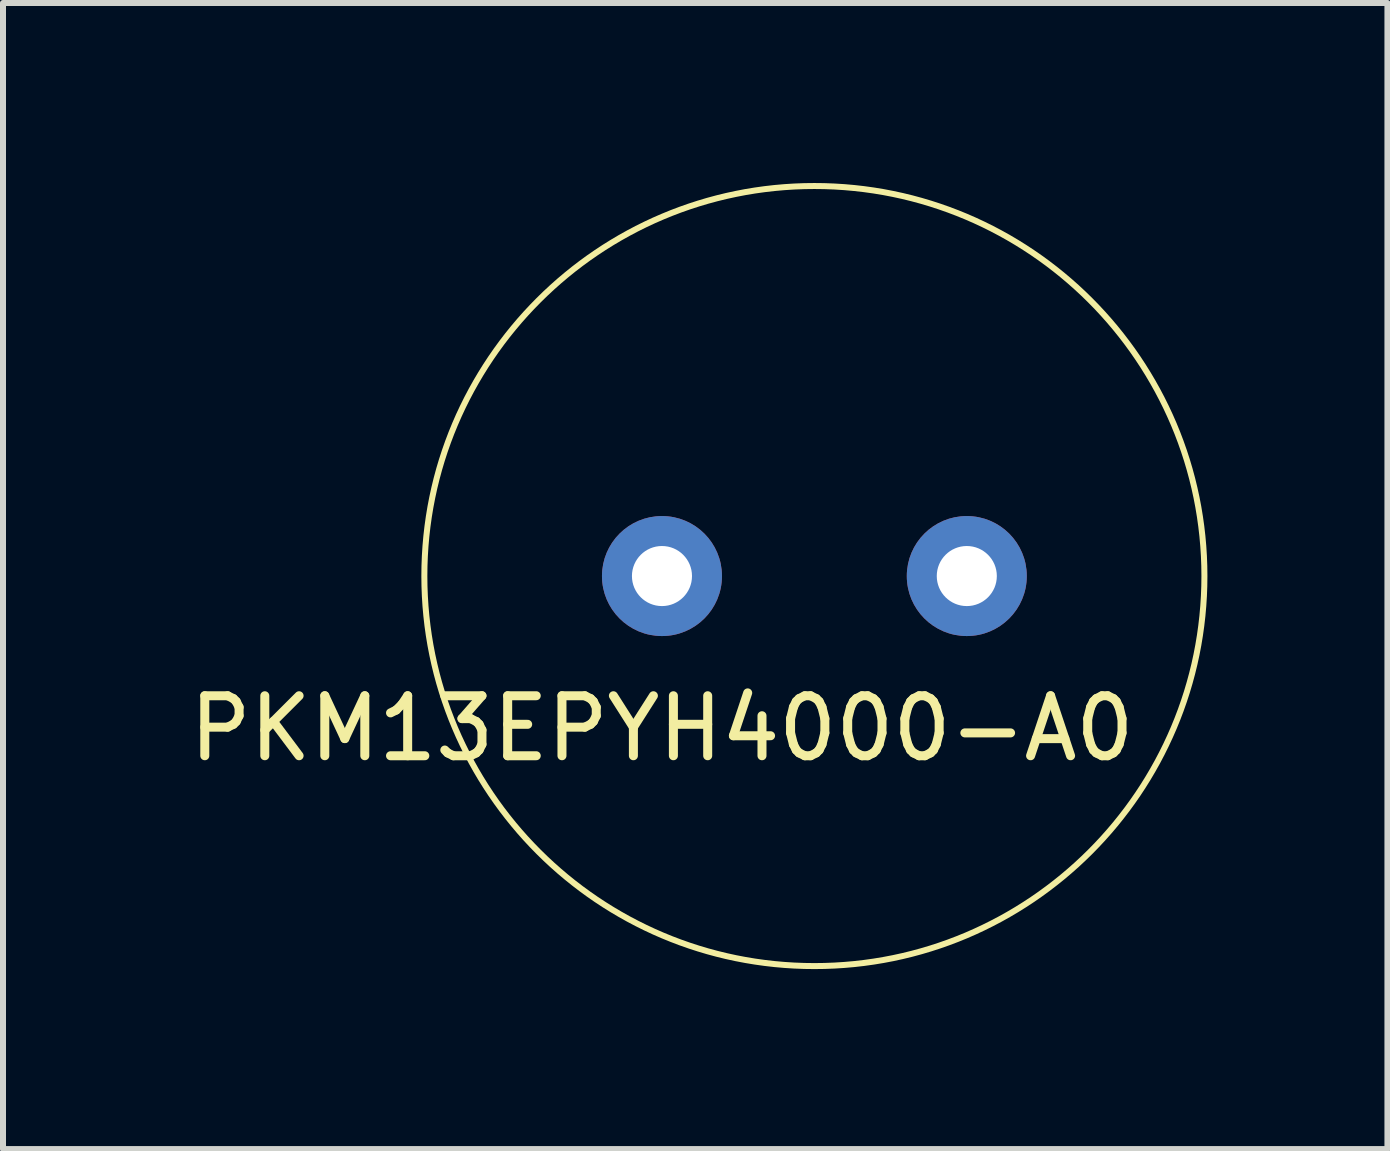
<source format=kicad_pcb>
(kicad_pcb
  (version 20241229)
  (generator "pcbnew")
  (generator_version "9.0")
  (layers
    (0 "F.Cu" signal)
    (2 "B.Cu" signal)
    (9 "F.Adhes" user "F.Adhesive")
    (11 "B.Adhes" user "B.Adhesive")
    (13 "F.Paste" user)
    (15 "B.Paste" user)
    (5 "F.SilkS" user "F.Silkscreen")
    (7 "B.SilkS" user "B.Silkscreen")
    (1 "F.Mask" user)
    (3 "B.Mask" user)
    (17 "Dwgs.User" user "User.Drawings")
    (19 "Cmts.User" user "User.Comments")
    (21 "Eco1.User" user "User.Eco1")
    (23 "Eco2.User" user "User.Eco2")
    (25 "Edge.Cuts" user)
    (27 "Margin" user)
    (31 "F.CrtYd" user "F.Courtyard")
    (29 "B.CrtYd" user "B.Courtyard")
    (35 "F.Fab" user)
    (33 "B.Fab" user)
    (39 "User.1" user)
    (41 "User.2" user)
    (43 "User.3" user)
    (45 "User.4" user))
  (footprint "PKM13EPYH4000-A0"
    (layer "F.Cu")
    (at 10.522 6.55)
    (property "Reference" "PKM13EPYH4000-A0" (at -2.54 2.54 0) (layer "F.SilkS") (effects (font (size 1 1) (thickness 0.15))))
    (attr through_hole)
    (fp_circle (center 0 0) (end 6.5 0) (stroke (width 0.1) (type solid)) (fill no) (layer "F.SilkS"))
    (pad "1" thru_hole circle (at -2.54 0) (size 2 2) (drill 1.001) (layers "*.Cu" "*.Mask"))
    (pad "2" thru_hole circle (at 2.54 0) (size 2 2) (drill 1.001) (layers "*.Cu" "*.Mask")))
  (gr_rect
    (start -3 -3)
    (end 20.072 16.1)
    (stroke (width 0.1) (type default))
    (fill no)
    (layer "Edge.Cuts")))
</source>
